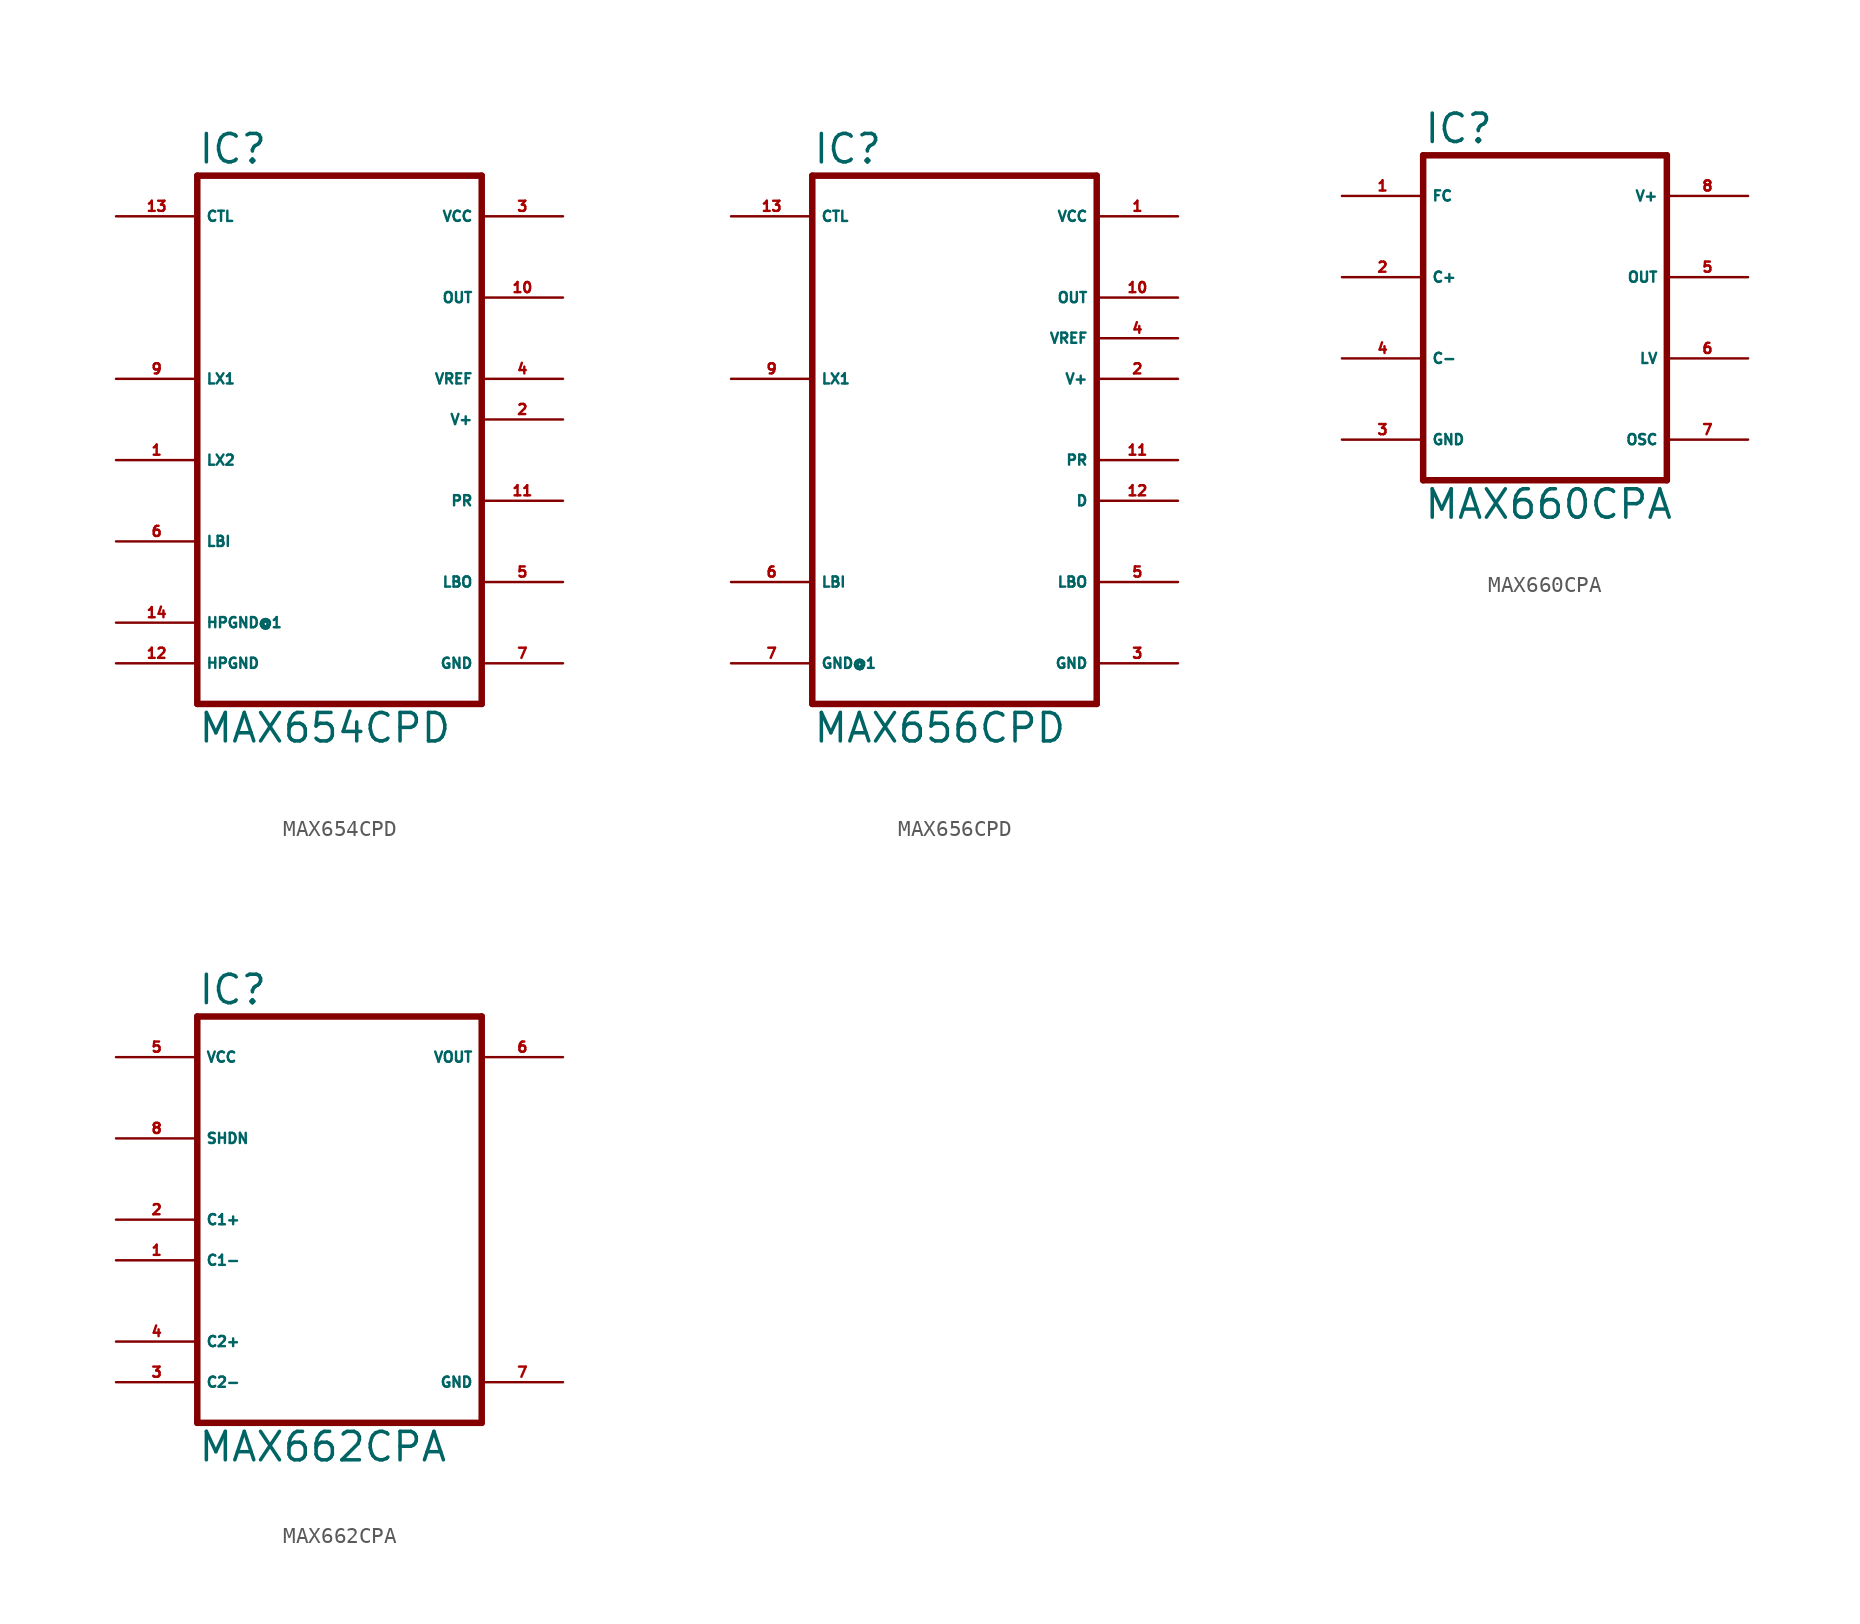
<source format=kicad_sym>
(kicad_symbol_lib
  (version 20220914)
  (generator Eagle2Kicad)
  (symbol "MAX654CPD"
    (property "Reference" "IC"
      (at -10.16 15.875 0)
      (effects (font (size 1.778 1.778) (thickness 0.22)) (justify left bottom)))
    (property "Value" "MAX654CPD"
      (at -10.16 -20.32 0)
      (effects (font (size 1.778 1.778) (thickness 0.22)) (justify left bottom)))
    (polyline
      (pts (xy 7.62 -17.78) (xy -10.16 -17.78))
      (stroke (width 0.406) (type default))
      (fill (type none)))
    (polyline
      (pts (xy -10.16 15.24) (xy -10.16 -17.78))
      (stroke (width 0.406) (type default))
      (fill (type none)))
    (polyline
      (pts (xy -10.16 15.24) (xy 7.62 15.24))
      (stroke (width 0.406) (type default))
      (fill (type none)))
    (polyline
      (pts (xy 7.62 -17.78) (xy 7.62 15.24))
      (stroke (width 0.406) (type default))
      (fill (type none)))
    (pin unspecified line
      (at 12.7 -15.24 180)
      (length 5.08)
      (name "GND" (effects (font (size 0.635 0.635) (thickness 0.08)) (justify left bottom)))
      (number "7" (effects (font (size 0.635 0.635) (thickness 0.08)) (justify left bottom))))
    (pin unspecified line
      (at 12.7 12.7 180)
      (length 5.08)
      (name "VCC" (effects (font (size 0.635 0.635) (thickness 0.08)) (justify left bottom)))
      (number "3" (effects (font (size 0.635 0.635) (thickness 0.08)) (justify left bottom))))
    (pin passive line
      (at -15.24 -15.24 0)
      (length 5.08)
      (name "HPGND" (effects (font (size 0.635 0.635) (thickness 0.08)) (justify left bottom)))
      (number "12" (effects (font (size 0.635 0.635) (thickness 0.08)) (justify left bottom))))
    (pin passive line
      (at -15.24 2.54 0)
      (length 5.08)
      (name "LX1" (effects (font (size 0.635 0.635) (thickness 0.08)) (justify left bottom)))
      (number "9" (effects (font (size 0.635 0.635) (thickness 0.08)) (justify left bottom))))
    (pin input line
      (at -15.24 12.7 0)
      (length 5.08)
      (name "CTL" (effects (font (size 0.635 0.635) (thickness 0.08)) (justify left bottom)))
      (number "13" (effects (font (size 0.635 0.635) (thickness 0.08)) (justify left bottom))))
    (pin output line
      (at 12.7 -10.16 180)
      (length 5.08)
      (name "LBO" (effects (font (size 0.635 0.635) (thickness 0.08)) (justify left bottom)))
      (number "5" (effects (font (size 0.635 0.635) (thickness 0.08)) (justify left bottom))))
    (pin passive line
      (at -15.24 -2.54 0)
      (length 5.08)
      (name "LX2" (effects (font (size 0.635 0.635) (thickness 0.08)) (justify left bottom)))
      (number "1" (effects (font (size 0.635 0.635) (thickness 0.08)) (justify left bottom))))
    (pin output line
      (at 12.7 -5.08 180)
      (length 5.08)
      (name "PR" (effects (font (size 0.635 0.635) (thickness 0.08)) (justify left bottom)))
      (number "11" (effects (font (size 0.635 0.635) (thickness 0.08)) (justify left bottom))))
    (pin unspecified line
      (at 12.7 2.54 180)
      (length 5.08)
      (name "VREF" (effects (font (size 0.635 0.635) (thickness 0.08)) (justify left bottom)))
      (number "4" (effects (font (size 0.635 0.635) (thickness 0.08)) (justify left bottom))))
    (pin unspecified line
      (at 12.7 0 180)
      (length 5.08)
      (name "V+" (effects (font (size 0.635 0.635) (thickness 0.08)) (justify left bottom)))
      (number "2" (effects (font (size 0.635 0.635) (thickness 0.08)) (justify left bottom))))
    (pin unspecified line
      (at 12.7 7.62 180)
      (length 5.08)
      (name "OUT" (effects (font (size 0.635 0.635) (thickness 0.08)) (justify left bottom)))
      (number "10" (effects (font (size 0.635 0.635) (thickness 0.08)) (justify left bottom))))
    (pin input line
      (at -15.24 -7.62 0)
      (length 5.08)
      (name "LBI" (effects (font (size 0.635 0.635) (thickness 0.08)) (justify left bottom)))
      (number "6" (effects (font (size 0.635 0.635) (thickness 0.08)) (justify left bottom))))
    (pin passive line
      (at -15.24 -12.7 0)
      (length 5.08)
      (name "HPGND@1" (effects (font (size 0.635 0.635) (thickness 0.08)) (justify left bottom)))
      (number "14" (effects (font (size 0.635 0.635) (thickness 0.08)) (justify left bottom)))))
  (symbol "MAX656CPD"
    (property "Reference" "IC"
      (at -10.16 15.875 0)
      (effects (font (size 1.778 1.778) (thickness 0.22)) (justify left bottom)))
    (property "Value" "MAX656CPD"
      (at -10.16 -20.32 0)
      (effects (font (size 1.778 1.778) (thickness 0.22)) (justify left bottom)))
    (polyline
      (pts (xy 7.62 -17.78) (xy -10.16 -17.78))
      (stroke (width 0.406) (type default))
      (fill (type none)))
    (polyline
      (pts (xy -10.16 15.24) (xy -10.16 -17.78))
      (stroke (width 0.406) (type default))
      (fill (type none)))
    (polyline
      (pts (xy -10.16 15.24) (xy 7.62 15.24))
      (stroke (width 0.406) (type default))
      (fill (type none)))
    (polyline
      (pts (xy 7.62 -17.78) (xy 7.62 15.24))
      (stroke (width 0.406) (type default))
      (fill (type none)))
    (pin unspecified line
      (at 12.7 -15.24 180)
      (length 5.08)
      (name "GND" (effects (font (size 0.635 0.635) (thickness 0.08)) (justify left bottom)))
      (number "3" (effects (font (size 0.635 0.635) (thickness 0.08)) (justify left bottom))))
    (pin unspecified line
      (at 12.7 12.7 180)
      (length 5.08)
      (name "VCC" (effects (font (size 0.635 0.635) (thickness 0.08)) (justify left bottom)))
      (number "1" (effects (font (size 0.635 0.635) (thickness 0.08)) (justify left bottom))))
    (pin passive line
      (at -15.24 2.54 0)
      (length 5.08)
      (name "LX1" (effects (font (size 0.635 0.635) (thickness 0.08)) (justify left bottom)))
      (number "9" (effects (font (size 0.635 0.635) (thickness 0.08)) (justify left bottom))))
    (pin input line
      (at -15.24 12.7 0)
      (length 5.08)
      (name "CTL" (effects (font (size 0.635 0.635) (thickness 0.08)) (justify left bottom)))
      (number "13" (effects (font (size 0.635 0.635) (thickness 0.08)) (justify left bottom))))
    (pin output line
      (at 12.7 -10.16 180)
      (length 5.08)
      (name "LBO" (effects (font (size 0.635 0.635) (thickness 0.08)) (justify left bottom)))
      (number "5" (effects (font (size 0.635 0.635) (thickness 0.08)) (justify left bottom))))
    (pin output line
      (at 12.7 -2.54 180)
      (length 5.08)
      (name "PR" (effects (font (size 0.635 0.635) (thickness 0.08)) (justify left bottom)))
      (number "11" (effects (font (size 0.635 0.635) (thickness 0.08)) (justify left bottom))))
    (pin unspecified line
      (at 12.7 5.08 180)
      (length 5.08)
      (name "VREF" (effects (font (size 0.635 0.635) (thickness 0.08)) (justify left bottom)))
      (number "4" (effects (font (size 0.635 0.635) (thickness 0.08)) (justify left bottom))))
    (pin unspecified line
      (at 12.7 2.54 180)
      (length 5.08)
      (name "V+" (effects (font (size 0.635 0.635) (thickness 0.08)) (justify left bottom)))
      (number "2" (effects (font (size 0.635 0.635) (thickness 0.08)) (justify left bottom))))
    (pin unspecified line
      (at 12.7 7.62 180)
      (length 5.08)
      (name "OUT" (effects (font (size 0.635 0.635) (thickness 0.08)) (justify left bottom)))
      (number "10" (effects (font (size 0.635 0.635) (thickness 0.08)) (justify left bottom))))
    (pin input line
      (at -15.24 -10.16 0)
      (length 5.08)
      (name "LBI" (effects (font (size 0.635 0.635) (thickness 0.08)) (justify left bottom)))
      (number "6" (effects (font (size 0.635 0.635) (thickness 0.08)) (justify left bottom))))
    (pin output line
      (at 12.7 -5.08 180)
      (length 5.08)
      (name "D" (effects (font (size 0.635 0.635) (thickness 0.08)) (justify left bottom)))
      (number "12" (effects (font (size 0.635 0.635) (thickness 0.08)) (justify left bottom))))
    (pin unspecified line
      (at -15.24 -15.24 0)
      (length 5.08)
      (name "GND@1" (effects (font (size 0.635 0.635) (thickness 0.08)) (justify left bottom)))
      (number "7" (effects (font (size 0.635 0.635) (thickness 0.08)) (justify left bottom)))))
  (symbol "MAX660CPA"
    (property "Reference" "IC"
      (at -7.62 10.795 0)
      (effects (font (size 1.778 1.778) (thickness 0.22)) (justify left bottom)))
    (property "Value" "MAX660CPA"
      (at -7.62 -12.7 0)
      (effects (font (size 1.778 1.778) (thickness 0.22)) (justify left bottom)))
    (polyline
      (pts (xy 7.62 -10.16) (xy -7.62 -10.16))
      (stroke (width 0.406) (type default))
      (fill (type none)))
    (polyline
      (pts (xy -7.62 10.16) (xy -7.62 -10.16))
      (stroke (width 0.406) (type default))
      (fill (type none)))
    (polyline
      (pts (xy -7.62 10.16) (xy 7.62 10.16))
      (stroke (width 0.406) (type default))
      (fill (type none)))
    (polyline
      (pts (xy 7.62 -10.16) (xy 7.62 10.16))
      (stroke (width 0.406) (type default))
      (fill (type none)))
    (pin unspecified line
      (at -12.7 -7.62 0)
      (length 5.08)
      (name "GND" (effects (font (size 0.635 0.635) (thickness 0.08)) (justify left bottom)))
      (number "3" (effects (font (size 0.635 0.635) (thickness 0.08)) (justify left bottom))))
    (pin unspecified line
      (at 12.7 7.62 180)
      (length 5.08)
      (name "V+" (effects (font (size 0.635 0.635) (thickness 0.08)) (justify left bottom)))
      (number "8" (effects (font (size 0.635 0.635) (thickness 0.08)) (justify left bottom))))
    (pin passive line
      (at -12.7 2.54 0)
      (length 5.08)
      (name "C+" (effects (font (size 0.635 0.635) (thickness 0.08)) (justify left bottom)))
      (number "2" (effects (font (size 0.635 0.635) (thickness 0.08)) (justify left bottom))))
    (pin input line
      (at -12.7 7.62 0)
      (length 5.08)
      (name "FC" (effects (font (size 0.635 0.635) (thickness 0.08)) (justify left bottom)))
      (number "1" (effects (font (size 0.635 0.635) (thickness 0.08)) (justify left bottom))))
    (pin passive line
      (at -12.7 -2.54 0)
      (length 5.08)
      (name "C-" (effects (font (size 0.635 0.635) (thickness 0.08)) (justify left bottom)))
      (number "4" (effects (font (size 0.635 0.635) (thickness 0.08)) (justify left bottom))))
    (pin output line
      (at 12.7 -7.62 180)
      (length 5.08)
      (name "OSC" (effects (font (size 0.635 0.635) (thickness 0.08)) (justify left bottom)))
      (number "7" (effects (font (size 0.635 0.635) (thickness 0.08)) (justify left bottom))))
    (pin unspecified line
      (at 12.7 2.54 180)
      (length 5.08)
      (name "OUT" (effects (font (size 0.635 0.635) (thickness 0.08)) (justify left bottom)))
      (number "5" (effects (font (size 0.635 0.635) (thickness 0.08)) (justify left bottom))))
    (pin passive line
      (at 12.7 -2.54 180)
      (length 5.08)
      (name "LV" (effects (font (size 0.635 0.635) (thickness 0.08)) (justify left bottom)))
      (number "6" (effects (font (size 0.635 0.635) (thickness 0.08)) (justify left bottom)))))
  (symbol "MAX662CPA"
    (property "Reference" "IC"
      (at -10.16 13.335 0)
      (effects (font (size 1.778 1.778) (thickness 0.22)) (justify left bottom)))
    (property "Value" "MAX662CPA"
      (at -10.16 -15.24 0)
      (effects (font (size 1.778 1.778) (thickness 0.22)) (justify left bottom)))
    (polyline
      (pts (xy -10.16 -12.7) (xy -10.16 12.7))
      (stroke (width 0.406) (type default))
      (fill (type none)))
    (polyline
      (pts (xy 7.62 12.7) (xy -10.16 12.7))
      (stroke (width 0.406) (type default))
      (fill (type none)))
    (polyline
      (pts (xy 7.62 12.7) (xy 7.62 -12.7))
      (stroke (width 0.406) (type default))
      (fill (type none)))
    (polyline
      (pts (xy -10.16 -12.7) (xy 7.62 -12.7))
      (stroke (width 0.406) (type default))
      (fill (type none)))
    (pin input line
      (at -15.24 5.08 0)
      (length 5.08)
      (name "SHDN" (effects (font (size 0.635 0.635) (thickness 0.08)) (justify left bottom)))
      (number "8" (effects (font (size 0.635 0.635) (thickness 0.08)) (justify left bottom))))
    (pin unspecified line
      (at 12.7 -10.16 180)
      (length 5.08)
      (name "GND" (effects (font (size 0.635 0.635) (thickness 0.08)) (justify left bottom)))
      (number "7" (effects (font (size 0.635 0.635) (thickness 0.08)) (justify left bottom))))
    (pin unspecified line
      (at -15.24 10.16 0)
      (length 5.08)
      (name "VCC" (effects (font (size 0.635 0.635) (thickness 0.08)) (justify left bottom)))
      (number "5" (effects (font (size 0.635 0.635) (thickness 0.08)) (justify left bottom))))
    (pin unspecified line
      (at 12.7 10.16 180)
      (length 5.08)
      (name "VOUT" (effects (font (size 0.635 0.635) (thickness 0.08)) (justify left bottom)))
      (number "6" (effects (font (size 0.635 0.635) (thickness 0.08)) (justify left bottom))))
    (pin passive line
      (at -15.24 0 0)
      (length 5.08)
      (name "C1+" (effects (font (size 0.635 0.635) (thickness 0.08)) (justify left bottom)))
      (number "2" (effects (font (size 0.635 0.635) (thickness 0.08)) (justify left bottom))))
    (pin passive line
      (at -15.24 -2.54 0)
      (length 5.08)
      (name "C1-" (effects (font (size 0.635 0.635) (thickness 0.08)) (justify left bottom)))
      (number "1" (effects (font (size 0.635 0.635) (thickness 0.08)) (justify left bottom))))
    (pin passive line
      (at -15.24 -7.62 0)
      (length 5.08)
      (name "C2+" (effects (font (size 0.635 0.635) (thickness 0.08)) (justify left bottom)))
      (number "4" (effects (font (size 0.635 0.635) (thickness 0.08)) (justify left bottom))))
    (pin passive line
      (at -15.24 -10.16 0)
      (length 5.08)
      (name "C2-" (effects (font (size 0.635 0.635) (thickness 0.08)) (justify left bottom)))
      (number "3" (effects (font (size 0.635 0.635) (thickness 0.08)) (justify left bottom))))))
</source>
